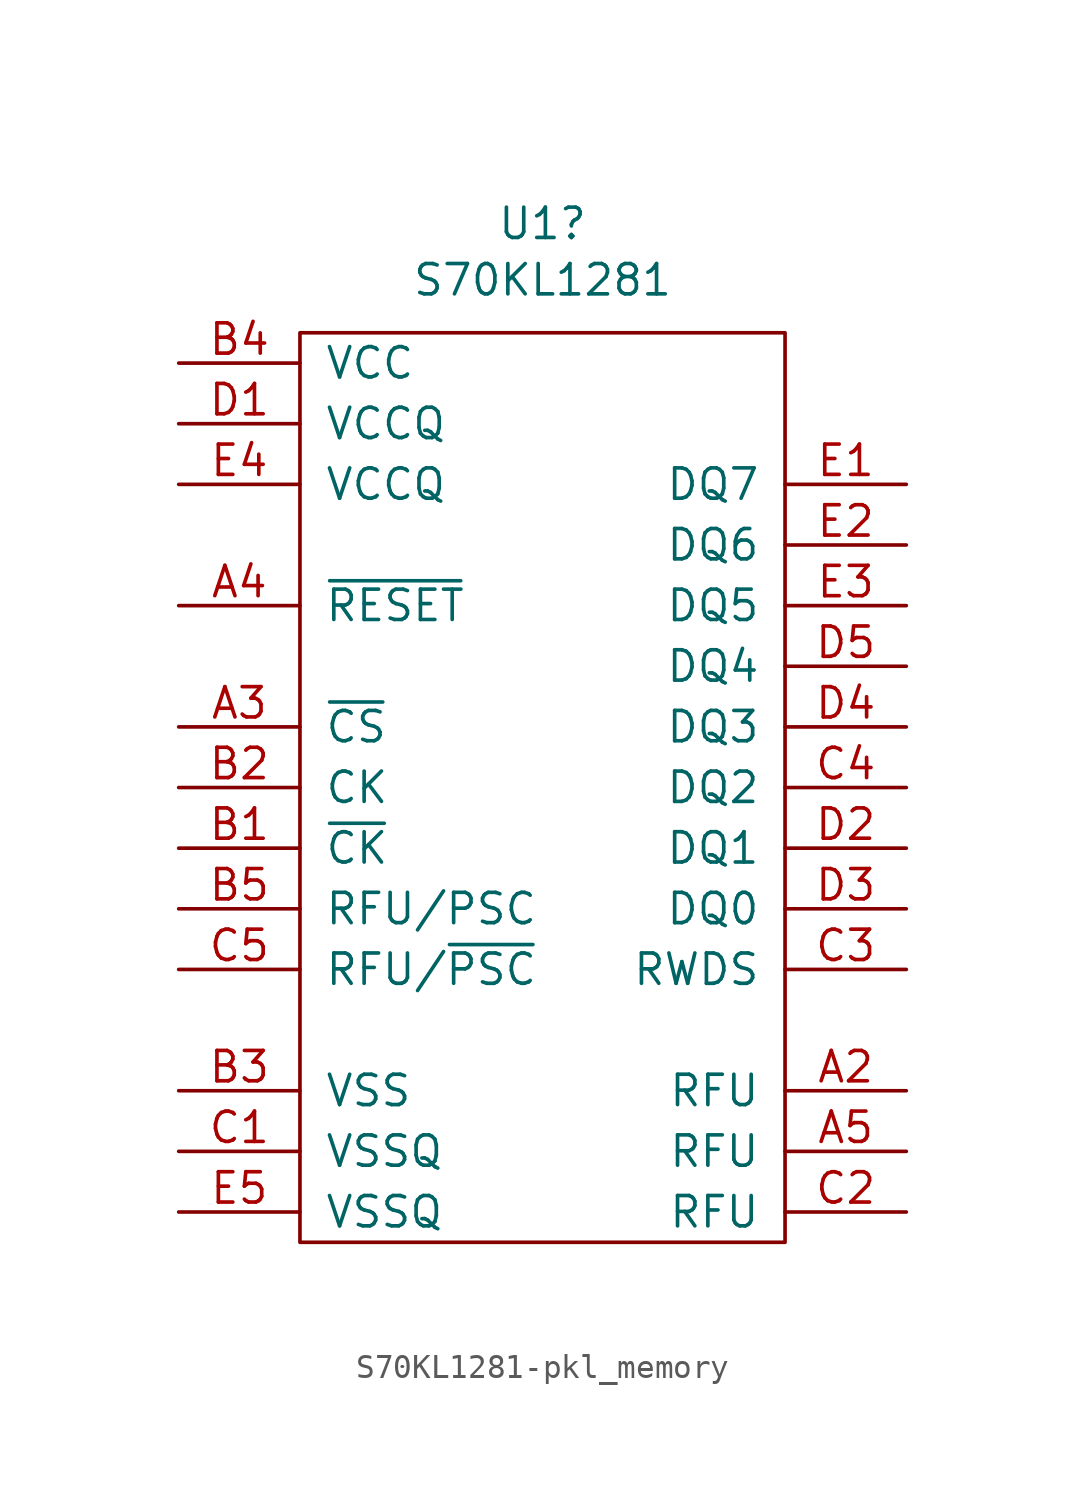
<source format=kicad_sym>
(kicad_symbol_lib
  (version 20220914)
  (generator kicad_symbol_editor)
  (symbol "S70KL1281-pkl_memory"
    (pin_names
      (offset 1.016))
    (property "Reference" "U1"
      (at 0 23.622 0)
      (effects (font (size 1.27 1.27))))
    (property "Value" "S70KL1281"
      (at 0 21.26 0)
      (effects (font (size 1.27 1.27))))
    (symbol "S70KL1281-pkl_memory_0_1"
      (rectangle (start -10.16 19.05) (end 10.16 -19.05) (stroke (width 0) (type solid)) (fill (type none))))
    (symbol "S70KL1281-pkl_memory_1_1"
      (pin passive line (at 15.24 -12.7 180) (length 5.08) (name "RFU" (effects (font (size 1.27 1.27)))) (number "A2" (effects (font (size 1.27 1.27)))))
      (pin input line (at -15.24 2.54 0) (length 5.08) (name "~{CS}" (effects (font (size 1.27 1.27)))) (number "A3" (effects (font (size 1.27 1.27)))))
      (pin input line (at -15.24 7.62 0) (length 5.08) (name "~{RESET}" (effects (font (size 1.27 1.27)))) (number "A4" (effects (font (size 1.27 1.27)))))
      (pin passive line (at 15.24 -15.24 180) (length 5.08) (name "RFU" (effects (font (size 1.27 1.27)))) (number "A5" (effects (font (size 1.27 1.27)))))
      (pin input line (at -15.24 -2.54 0) (length 5.08) (name "~{CK}" (effects (font (size 1.27 1.27)))) (number "B1" (effects (font (size 1.27 1.27)))))
      (pin input line (at -15.24 0 0) (length 5.08) (name "CK" (effects (font (size 1.27 1.27)))) (number "B2" (effects (font (size 1.27 1.27)))))
      (pin power_in line (at -15.24 -12.7 0) (length 5.08) (name "VSS" (effects (font (size 1.27 1.27)))) (number "B3" (effects (font (size 1.27 1.27)))))
      (pin power_in line (at -15.24 17.78 0) (length 5.08) (name "VCC" (effects (font (size 1.27 1.27)))) (number "B4" (effects (font (size 1.27 1.27)))))
      (pin input line (at -15.24 -5.08 0) (length 5.08) (name "RFU/PSC" (effects (font (size 1.27 1.27)))) (number "B5" (effects (font (size 1.27 1.27)))))
      (pin power_in line (at -15.24 -15.24 0) (length 5.08) (name "VSSQ" (effects (font (size 1.27 1.27)))) (number "C1" (effects (font (size 1.27 1.27)))))
      (pin passive line (at 15.24 -17.78 180) (length 5.08) (name "RFU" (effects (font (size 1.27 1.27)))) (number "C2" (effects (font (size 1.27 1.27)))))
      (pin bidirectional line (at 15.24 -7.62 180) (length 5.08) (name "RWDS" (effects (font (size 1.27 1.27)))) (number "C3" (effects (font (size 1.27 1.27)))))
      (pin bidirectional line (at 15.24 0 180) (length 5.08) (name "DQ2" (effects (font (size 1.27 1.27)))) (number "C4" (effects (font (size 1.27 1.27)))))
      (pin input line (at -15.24 -7.62 0) (length 5.08) (name "RFU/~{PSC}" (effects (font (size 1.27 1.27)))) (number "C5" (effects (font (size 1.27 1.27)))))
      (pin power_in line (at -15.24 15.24 0) (length 5.08) (name "VCCQ" (effects (font (size 1.27 1.27)))) (number "D1" (effects (font (size 1.27 1.27)))))
      (pin bidirectional line (at 15.24 -2.54 180) (length 5.08) (name "DQ1" (effects (font (size 1.27 1.27)))) (number "D2" (effects (font (size 1.27 1.27)))))
      (pin bidirectional line (at 15.24 -5.08 180) (length 5.08) (name "DQ0" (effects (font (size 1.27 1.27)))) (number "D3" (effects (font (size 1.27 1.27)))))
      (pin bidirectional line (at 15.24 2.54 180) (length 5.08) (name "DQ3" (effects (font (size 1.27 1.27)))) (number "D4" (effects (font (size 1.27 1.27)))))
      (pin bidirectional line (at 15.24 5.08 180) (length 5.08) (name "DQ4" (effects (font (size 1.27 1.27)))) (number "D5" (effects (font (size 1.27 1.27)))))
      (pin bidirectional line (at 15.24 12.7 180) (length 5.08) (name "DQ7" (effects (font (size 1.27 1.27)))) (number "E1" (effects (font (size 1.27 1.27)))))
      (pin bidirectional line (at 15.24 10.16 180) (length 5.08) (name "DQ6" (effects (font (size 1.27 1.27)))) (number "E2" (effects (font (size 1.27 1.27)))))
      (pin bidirectional line (at 15.24 7.62 180) (length 5.08) (name "DQ5" (effects (font (size 1.27 1.27)))) (number "E3" (effects (font (size 1.27 1.27)))))
      (pin power_in line (at -15.24 12.7 0) (length 5.08) (name "VCCQ" (effects (font (size 1.27 1.27)))) (number "E4" (effects (font (size 1.27 1.27)))))
      (pin power_in line (at -15.24 -17.78 0) (length 5.08) (name "VSSQ" (effects (font (size 1.27 1.27)))) (number "E5" (effects (font (size 1.27 1.27))))))))
</source>
